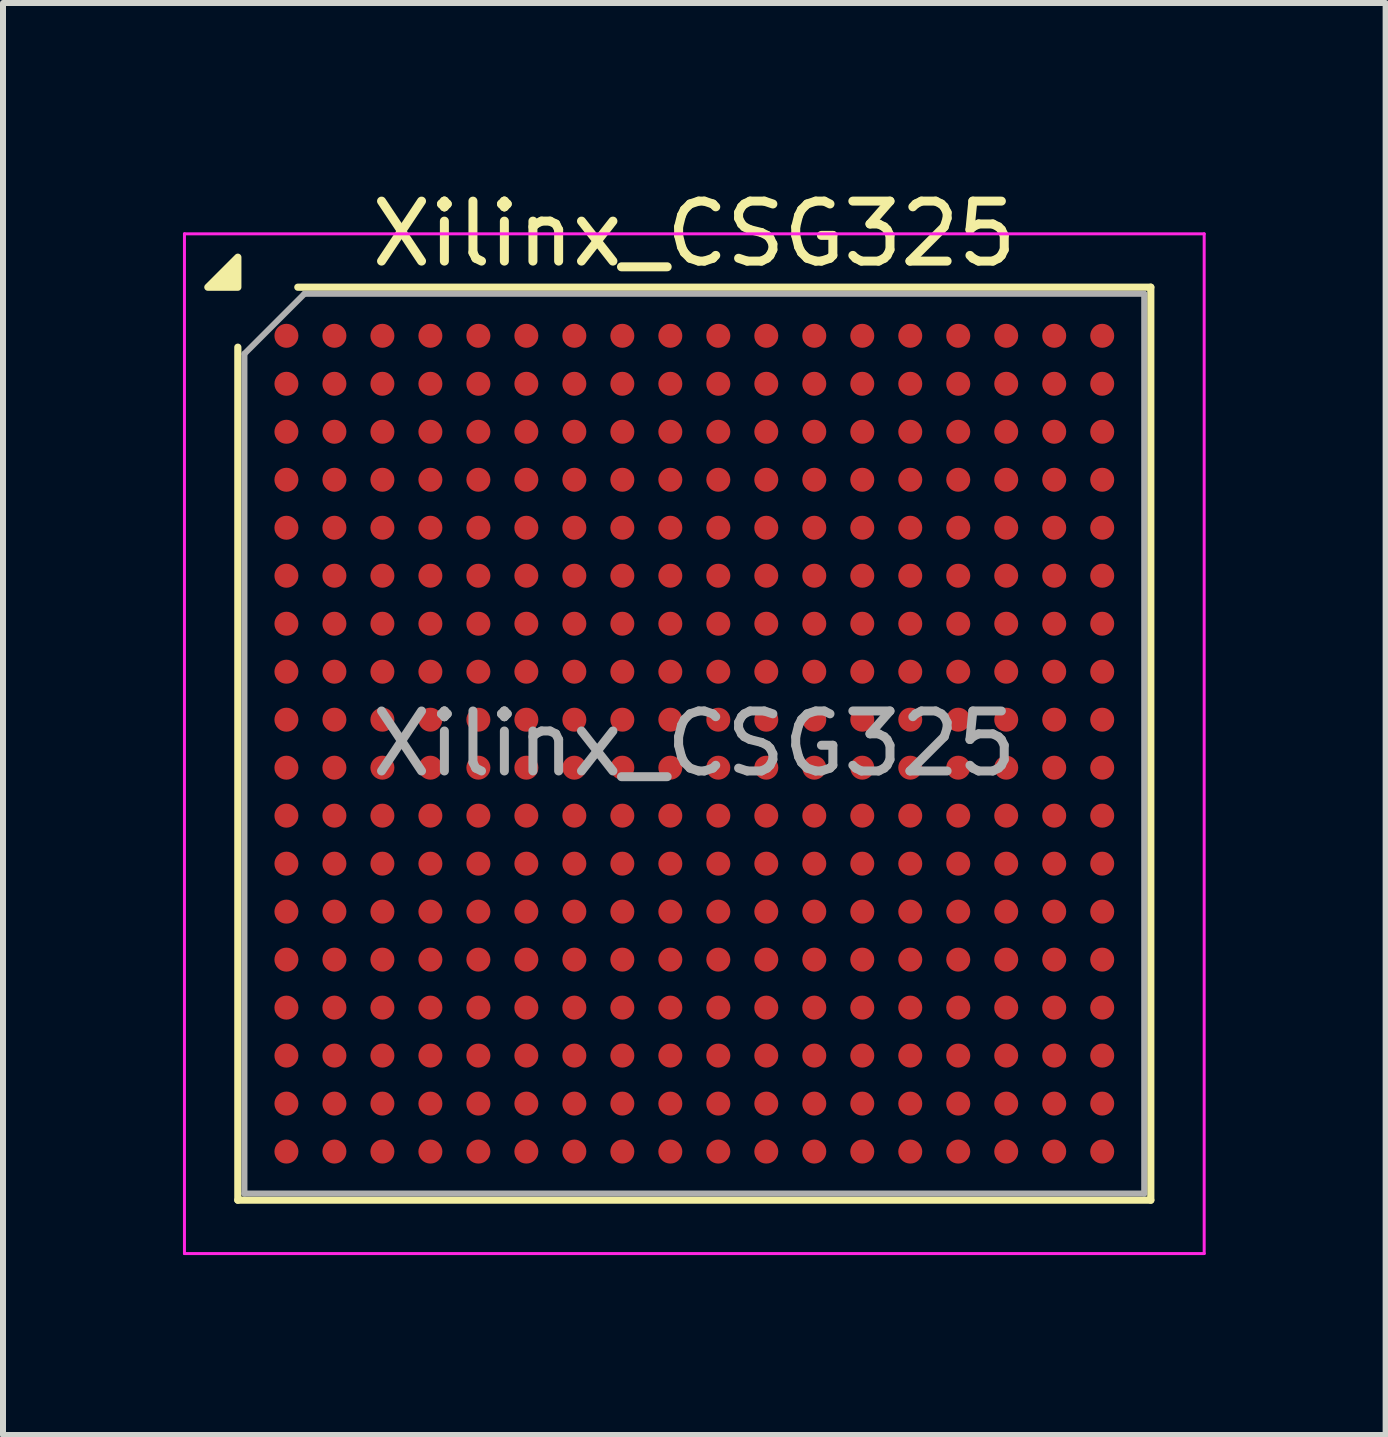
<source format=kicad_pcb>
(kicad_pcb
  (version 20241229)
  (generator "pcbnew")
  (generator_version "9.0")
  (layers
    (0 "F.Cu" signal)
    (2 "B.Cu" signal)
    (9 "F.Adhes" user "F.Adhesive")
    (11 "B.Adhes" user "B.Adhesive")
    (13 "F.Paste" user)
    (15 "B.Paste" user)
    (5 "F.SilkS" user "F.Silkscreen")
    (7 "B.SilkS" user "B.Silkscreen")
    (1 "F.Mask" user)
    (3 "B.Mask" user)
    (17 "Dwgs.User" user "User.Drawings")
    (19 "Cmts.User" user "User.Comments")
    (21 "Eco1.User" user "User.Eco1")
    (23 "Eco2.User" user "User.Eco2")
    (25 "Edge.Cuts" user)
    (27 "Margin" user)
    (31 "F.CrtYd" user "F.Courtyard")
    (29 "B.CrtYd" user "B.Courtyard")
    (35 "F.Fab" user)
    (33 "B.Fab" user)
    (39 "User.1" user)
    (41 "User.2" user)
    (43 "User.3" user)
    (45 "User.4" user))
  (footprint "Xilinx_CSG325"
    (layer "F.Cu")
    (at 8.525 9.348)
    (property "Reference" "Xilinx_CSG325" (at 0 -8.5 0) (layer "F.SilkS") (effects (font (size 1 1) (thickness 0.15))))
    (attr smd)
    (fp_line (start -7.61 7.61) (end -7.61 -6.61) (stroke (width 0.12) (type solid)) (layer "F.SilkS"))
    (fp_line (start -6.61 -7.61) (end 7.61 -7.61) (stroke (width 0.12) (type solid)) (layer "F.SilkS"))
    (fp_line (start 7.61 -7.61) (end 7.61 7.61) (stroke (width 0.12) (type solid)) (layer "F.SilkS"))
    (fp_line (start 7.61 7.61) (end -7.61 7.61) (stroke (width 0.12) (type solid)) (layer "F.SilkS"))
    (fp_poly (pts (xy -7.61 -7.61) (xy -8.11 -7.61) (xy -7.61 -8.11) (xy -7.61 -7.61)) (stroke (width 0.12) (type solid)) (fill yes) (layer "F.SilkS"))
    (fp_line (start -8.5 -8.5) (end -8.5 8.5) (stroke (width 0.05) (type solid)) (layer "F.CrtYd"))
    (fp_line (start -8.5 8.5) (end 8.5 8.5) (stroke (width 0.05) (type solid)) (layer "F.CrtYd"))
    (fp_line (start 8.5 -8.5) (end -8.5 -8.5) (stroke (width 0.05) (type solid)) (layer "F.CrtYd"))
    (fp_line (start 8.5 8.5) (end 8.5 -8.5) (stroke (width 0.05) (type solid)) (layer "F.CrtYd"))
    (fp_line (start -7.5 -6.5) (end -6.5 -7.5) (stroke (width 0.1) (type solid)) (layer "F.Fab"))
    (fp_line (start -7.5 7.5) (end -7.5 -6.5) (stroke (width 0.1) (type solid)) (layer "F.Fab"))
    (fp_line (start -6.5 -7.5) (end 7.5 -7.5) (stroke (width 0.1) (type solid)) (layer "F.Fab"))
    (fp_line (start 7.5 -7.5) (end 7.5 7.5) (stroke (width 0.1) (type solid)) (layer "F.Fab"))
    (fp_line (start 7.5 7.5) (end -7.5 7.5) (stroke (width 0.1) (type solid)) (layer "F.Fab"))
    (fp_text user "${REFERENCE}" (at 0 0 0) (layer "F.Fab") (effects (font (size 1 1) (thickness 0.15))))
    (pad "A1" smd circle (at -6.8 -6.8) (size 0.4 0.4) (property pad_prop_bga) (layers "F.Cu" "F.Mask" "F.Paste"))
    (pad "A2" smd circle (at -6 -6.8) (size 0.4 0.4) (property pad_prop_bga) (layers "F.Cu" "F.Mask" "F.Paste"))
    (pad "A3" smd circle (at -5.2 -6.8) (size 0.4 0.4) (property pad_prop_bga) (layers "F.Cu" "F.Mask" "F.Paste"))
    (pad "A4" smd circle (at -4.4 -6.8) (size 0.4 0.4) (property pad_prop_bga) (layers "F.Cu" "F.Mask" "F.Paste"))
    (pad "A5" smd circle (at -3.6 -6.8) (size 0.4 0.4) (property pad_prop_bga) (layers "F.Cu" "F.Mask" "F.Paste"))
    (pad "A6" smd circle (at -2.8 -6.8) (size 0.4 0.4) (property pad_prop_bga) (layers "F.Cu" "F.Mask" "F.Paste"))
    (pad "A7" smd circle (at -2 -6.8) (size 0.4 0.4) (property pad_prop_bga) (layers "F.Cu" "F.Mask" "F.Paste"))
    (pad "A8" smd circle (at -1.2 -6.8) (size 0.4 0.4) (property pad_prop_bga) (layers "F.Cu" "F.Mask" "F.Paste"))
    (pad "A9" smd circle (at -0.4 -6.8) (size 0.4 0.4) (property pad_prop_bga) (layers "F.Cu" "F.Mask" "F.Paste"))
    (pad "A10" smd circle (at 0.4 -6.8) (size 0.4 0.4) (property pad_prop_bga) (layers "F.Cu" "F.Mask" "F.Paste"))
    (pad "A11" smd circle (at 1.2 -6.8) (size 0.4 0.4) (property pad_prop_bga) (layers "F.Cu" "F.Mask" "F.Paste"))
    (pad "A12" smd circle (at 2 -6.8) (size 0.4 0.4) (property pad_prop_bga) (layers "F.Cu" "F.Mask" "F.Paste"))
    (pad "A13" smd circle (at 2.8 -6.8) (size 0.4 0.4) (property pad_prop_bga) (layers "F.Cu" "F.Mask" "F.Paste"))
    (pad "A14" smd circle (at 3.6 -6.8) (size 0.4 0.4) (property pad_prop_bga) (layers "F.Cu" "F.Mask" "F.Paste"))
    (pad "A15" smd circle (at 4.4 -6.8) (size 0.4 0.4) (property pad_prop_bga) (layers "F.Cu" "F.Mask" "F.Paste"))
    (pad "A16" smd circle (at 5.2 -6.8) (size 0.4 0.4) (property pad_prop_bga) (layers "F.Cu" "F.Mask" "F.Paste"))
    (pad "A17" smd circle (at 6 -6.8) (size 0.4 0.4) (property pad_prop_bga) (layers "F.Cu" "F.Mask" "F.Paste"))
    (pad "A18" smd circle (at 6.8 -6.8) (size 0.4 0.4) (property pad_prop_bga) (layers "F.Cu" "F.Mask" "F.Paste"))
    (pad "B1" smd circle (at -6.8 -6) (size 0.4 0.4) (property pad_prop_bga) (layers "F.Cu" "F.Mask" "F.Paste"))
    (pad "B2" smd circle (at -6 -6) (size 0.4 0.4) (property pad_prop_bga) (layers "F.Cu" "F.Mask" "F.Paste"))
    (pad "B3" smd circle (at -5.2 -6) (size 0.4 0.4) (property pad_prop_bga) (layers "F.Cu" "F.Mask" "F.Paste"))
    (pad "B4" smd circle (at -4.4 -6) (size 0.4 0.4) (property pad_prop_bga) (layers "F.Cu" "F.Mask" "F.Paste"))
    (pad "B5" smd circle (at -3.6 -6) (size 0.4 0.4) (property pad_prop_bga) (layers "F.Cu" "F.Mask" "F.Paste"))
    (pad "B6" smd circle (at -2.8 -6) (size 0.4 0.4) (property pad_prop_bga) (layers "F.Cu" "F.Mask" "F.Paste"))
    (pad "B7" smd circle (at -2 -6) (size 0.4 0.4) (property pad_prop_bga) (layers "F.Cu" "F.Mask" "F.Paste"))
    (pad "B8" smd circle (at -1.2 -6) (size 0.4 0.4) (property pad_prop_bga) (layers "F.Cu" "F.Mask" "F.Paste"))
    (pad "B9" smd circle (at -0.4 -6) (size 0.4 0.4) (property pad_prop_bga) (layers "F.Cu" "F.Mask" "F.Paste"))
    (pad "B10" smd circle (at 0.4 -6) (size 0.4 0.4) (property pad_prop_bga) (layers "F.Cu" "F.Mask" "F.Paste"))
    (pad "B11" smd circle (at 1.2 -6) (size 0.4 0.4) (property pad_prop_bga) (layers "F.Cu" "F.Mask" "F.Paste"))
    (pad "B12" smd circle (at 2 -6) (size 0.4 0.4) (property pad_prop_bga) (layers "F.Cu" "F.Mask" "F.Paste"))
    (pad "B13" smd circle (at 2.8 -6) (size 0.4 0.4) (property pad_prop_bga) (layers "F.Cu" "F.Mask" "F.Paste"))
    (pad "B14" smd circle (at 3.6 -6) (size 0.4 0.4) (property pad_prop_bga) (layers "F.Cu" "F.Mask" "F.Paste"))
    (pad "B15" smd circle (at 4.4 -6) (size 0.4 0.4) (property pad_prop_bga) (layers "F.Cu" "F.Mask" "F.Paste"))
    (pad "B16" smd circle (at 5.2 -6) (size 0.4 0.4) (property pad_prop_bga) (layers "F.Cu" "F.Mask" "F.Paste"))
    (pad "B17" smd circle (at 6 -6) (size 0.4 0.4) (property pad_prop_bga) (layers "F.Cu" "F.Mask" "F.Paste"))
    (pad "B18" smd circle (at 6.8 -6) (size 0.4 0.4) (property pad_prop_bga) (layers "F.Cu" "F.Mask" "F.Paste"))
    (pad "C1" smd circle (at -6.8 -5.2) (size 0.4 0.4) (property pad_prop_bga) (layers "F.Cu" "F.Mask" "F.Paste"))
    (pad "C2" smd circle (at -6 -5.2) (size 0.4 0.4) (property pad_prop_bga) (layers "F.Cu" "F.Mask" "F.Paste"))
    (pad "C3" smd circle (at -5.2 -5.2) (size 0.4 0.4) (property pad_prop_bga) (layers "F.Cu" "F.Mask" "F.Paste"))
    (pad "C4" smd circle (at -4.4 -5.2) (size 0.4 0.4) (property pad_prop_bga) (layers "F.Cu" "F.Mask" "F.Paste"))
    (pad "C5" smd circle (at -3.6 -5.2) (size 0.4 0.4) (property pad_prop_bga) (layers "F.Cu" "F.Mask" "F.Paste"))
    (pad "C6" smd circle (at -2.8 -5.2) (size 0.4 0.4) (property pad_prop_bga) (layers "F.Cu" "F.Mask" "F.Paste"))
    (pad "C7" smd circle (at -2 -5.2) (size 0.4 0.4) (property pad_prop_bga) (layers "F.Cu" "F.Mask" "F.Paste"))
    (pad "C8" smd circle (at -1.2 -5.2) (size 0.4 0.4) (property pad_prop_bga) (layers "F.Cu" "F.Mask" "F.Paste"))
    (pad "C9" smd circle (at -0.4 -5.2) (size 0.4 0.4) (property pad_prop_bga) (layers "F.Cu" "F.Mask" "F.Paste"))
    (pad "C10" smd circle (at 0.4 -5.2) (size 0.4 0.4) (property pad_prop_bga) (layers "F.Cu" "F.Mask" "F.Paste"))
    (pad "C11" smd circle (at 1.2 -5.2) (size 0.4 0.4) (property pad_prop_bga) (layers "F.Cu" "F.Mask" "F.Paste"))
    (pad "C12" smd circle (at 2 -5.2) (size 0.4 0.4) (property pad_prop_bga) (layers "F.Cu" "F.Mask" "F.Paste"))
    (pad "C13" smd circle (at 2.8 -5.2) (size 0.4 0.4) (property pad_prop_bga) (layers "F.Cu" "F.Mask" "F.Paste"))
    (pad "C14" smd circle (at 3.6 -5.2) (size 0.4 0.4) (property pad_prop_bga) (layers "F.Cu" "F.Mask" "F.Paste"))
    (pad "C15" smd circle (at 4.4 -5.2) (size 0.4 0.4) (property pad_prop_bga) (layers "F.Cu" "F.Mask" "F.Paste"))
    (pad "C16" smd circle (at 5.2 -5.2) (size 0.4 0.4) (property pad_prop_bga) (layers "F.Cu" "F.Mask" "F.Paste"))
    (pad "C17" smd circle (at 6 -5.2) (size 0.4 0.4) (property pad_prop_bga) (layers "F.Cu" "F.Mask" "F.Paste"))
    (pad "C18" smd circle (at 6.8 -5.2) (size 0.4 0.4) (property pad_prop_bga) (layers "F.Cu" "F.Mask" "F.Paste"))
    (pad "D1" smd circle (at -6.8 -4.4) (size 0.4 0.4) (property pad_prop_bga) (layers "F.Cu" "F.Mask" "F.Paste"))
    (pad "D2" smd circle (at -6 -4.4) (size 0.4 0.4) (property pad_prop_bga) (layers "F.Cu" "F.Mask" "F.Paste"))
    (pad "D3" smd circle (at -5.2 -4.4) (size 0.4 0.4) (property pad_prop_bga) (layers "F.Cu" "F.Mask" "F.Paste"))
    (pad "D4" smd circle (at -4.4 -4.4) (size 0.4 0.4) (property pad_prop_bga) (layers "F.Cu" "F.Mask" "F.Paste"))
    (pad "D5" smd circle (at -3.6 -4.4) (size 0.4 0.4) (property pad_prop_bga) (layers "F.Cu" "F.Mask" "F.Paste"))
    (pad "D6" smd circle (at -2.8 -4.4) (size 0.4 0.4) (property pad_prop_bga) (layers "F.Cu" "F.Mask" "F.Paste"))
    (pad "D7" smd circle (at -2 -4.4) (size 0.4 0.4) (property pad_prop_bga) (layers "F.Cu" "F.Mask" "F.Paste"))
    (pad "D8" smd circle (at -1.2 -4.4) (size 0.4 0.4) (property pad_prop_bga) (layers "F.Cu" "F.Mask" "F.Paste"))
    (pad "D9" smd circle (at -0.4 -4.4) (size 0.4 0.4) (property pad_prop_bga) (layers "F.Cu" "F.Mask" "F.Paste"))
    (pad "D10" smd circle (at 0.4 -4.4) (size 0.4 0.4) (property pad_prop_bga) (layers "F.Cu" "F.Mask" "F.Paste"))
    (pad "D11" smd circle (at 1.2 -4.4) (size 0.4 0.4) (property pad_prop_bga) (layers "F.Cu" "F.Mask" "F.Paste"))
    (pad "D12" smd circle (at 2 -4.4) (size 0.4 0.4) (property pad_prop_bga) (layers "F.Cu" "F.Mask" "F.Paste"))
    (pad "D13" smd circle (at 2.8 -4.4) (size 0.4 0.4) (property pad_prop_bga) (layers "F.Cu" "F.Mask" "F.Paste"))
    (pad "D14" smd circle (at 3.6 -4.4) (size 0.4 0.4) (property pad_prop_bga) (layers "F.Cu" "F.Mask" "F.Paste"))
    (pad "D15" smd circle (at 4.4 -4.4) (size 0.4 0.4) (property pad_prop_bga) (layers "F.Cu" "F.Mask" "F.Paste"))
    (pad "D16" smd circle (at 5.2 -4.4) (size 0.4 0.4) (property pad_prop_bga) (layers "F.Cu" "F.Mask" "F.Paste"))
    (pad "D17" smd circle (at 6 -4.4) (size 0.4 0.4) (property pad_prop_bga) (layers "F.Cu" "F.Mask" "F.Paste"))
    (pad "D18" smd circle (at 6.8 -4.4) (size 0.4 0.4) (property pad_prop_bga) (layers "F.Cu" "F.Mask" "F.Paste"))
    (pad "E1" smd circle (at -6.8 -3.6) (size 0.4 0.4) (property pad_prop_bga) (layers "F.Cu" "F.Mask" "F.Paste"))
    (pad "E2" smd circle (at -6 -3.6) (size 0.4 0.4) (property pad_prop_bga) (layers "F.Cu" "F.Mask" "F.Paste"))
    (pad "E3" smd circle (at -5.2 -3.6) (size 0.4 0.4) (property pad_prop_bga) (layers "F.Cu" "F.Mask" "F.Paste"))
    (pad "E4" smd circle (at -4.4 -3.6) (size 0.4 0.4) (property pad_prop_bga) (layers "F.Cu" "F.Mask" "F.Paste"))
    (pad "E5" smd circle (at -3.6 -3.6) (size 0.4 0.4) (property pad_prop_bga) (layers "F.Cu" "F.Mask" "F.Paste"))
    (pad "E6" smd circle (at -2.8 -3.6) (size 0.4 0.4) (property pad_prop_bga) (layers "F.Cu" "F.Mask" "F.Paste"))
    (pad "E7" smd circle (at -2 -3.6) (size 0.4 0.4) (property pad_prop_bga) (layers "F.Cu" "F.Mask" "F.Paste"))
    (pad "E8" smd circle (at -1.2 -3.6) (size 0.4 0.4) (property pad_prop_bga) (layers "F.Cu" "F.Mask" "F.Paste"))
    (pad "E9" smd circle (at -0.4 -3.6) (size 0.4 0.4) (property pad_prop_bga) (layers "F.Cu" "F.Mask" "F.Paste"))
    (pad "E10" smd circle (at 0.4 -3.6) (size 0.4 0.4) (property pad_prop_bga) (layers "F.Cu" "F.Mask" "F.Paste"))
    (pad "E11" smd circle (at 1.2 -3.6) (size 0.4 0.4) (property pad_prop_bga) (layers "F.Cu" "F.Mask" "F.Paste"))
    (pad "E12" smd circle (at 2 -3.6) (size 0.4 0.4) (property pad_prop_bga) (layers "F.Cu" "F.Mask" "F.Paste"))
    (pad "E13" smd circle (at 2.8 -3.6) (size 0.4 0.4) (property pad_prop_bga) (layers "F.Cu" "F.Mask" "F.Paste"))
    (pad "E14" smd circle (at 3.6 -3.6) (size 0.4 0.4) (property pad_prop_bga) (layers "F.Cu" "F.Mask" "F.Paste"))
    (pad "E15" smd circle (at 4.4 -3.6) (size 0.4 0.4) (property pad_prop_bga) (layers "F.Cu" "F.Mask" "F.Paste"))
    (pad "E16" smd circle (at 5.2 -3.6) (size 0.4 0.4) (property pad_prop_bga) (layers "F.Cu" "F.Mask" "F.Paste"))
    (pad "E17" smd circle (at 6 -3.6) (size 0.4 0.4) (property pad_prop_bga) (layers "F.Cu" "F.Mask" "F.Paste"))
    (pad "E18" smd circle (at 6.8 -3.6) (size 0.4 0.4) (property pad_prop_bga) (layers "F.Cu" "F.Mask" "F.Paste"))
    (pad "F1" smd circle (at -6.8 -2.8) (size 0.4 0.4) (property pad_prop_bga) (layers "F.Cu" "F.Mask" "F.Paste"))
    (pad "F2" smd circle (at -6 -2.8) (size 0.4 0.4) (property pad_prop_bga) (layers "F.Cu" "F.Mask" "F.Paste"))
    (pad "F3" smd circle (at -5.2 -2.8) (size 0.4 0.4) (property pad_prop_bga) (layers "F.Cu" "F.Mask" "F.Paste"))
    (pad "F4" smd circle (at -4.4 -2.8) (size 0.4 0.4) (property pad_prop_bga) (layers "F.Cu" "F.Mask" "F.Paste"))
    (pad "F5" smd circle (at -3.6 -2.8) (size 0.4 0.4) (property pad_prop_bga) (layers "F.Cu" "F.Mask" "F.Paste"))
    (pad "F6" smd circle (at -2.8 -2.8) (size 0.4 0.4) (property pad_prop_bga) (layers "F.Cu" "F.Mask" "F.Paste"))
    (pad "F7" smd circle (at -2 -2.8) (size 0.4 0.4) (property pad_prop_bga) (layers "F.Cu" "F.Mask" "F.Paste"))
    (pad "F8" smd circle (at -1.2 -2.8) (size 0.4 0.4) (property pad_prop_bga) (layers "F.Cu" "F.Mask" "F.Paste"))
    (pad "F9" smd circle (at -0.4 -2.8) (size 0.4 0.4) (property pad_prop_bga) (layers "F.Cu" "F.Mask" "F.Paste"))
    (pad "F10" smd circle (at 0.4 -2.8) (size 0.4 0.4) (property pad_prop_bga) (layers "F.Cu" "F.Mask" "F.Paste"))
    (pad "F11" smd circle (at 1.2 -2.8) (size 0.4 0.4) (property pad_prop_bga) (layers "F.Cu" "F.Mask" "F.Paste"))
    (pad "F12" smd circle (at 2 -2.8) (size 0.4 0.4) (property pad_prop_bga) (layers "F.Cu" "F.Mask" "F.Paste"))
    (pad "F13" smd circle (at 2.8 -2.8) (size 0.4 0.4) (property pad_prop_bga) (layers "F.Cu" "F.Mask" "F.Paste"))
    (pad "F14" smd circle (at 3.6 -2.8) (size 0.4 0.4) (property pad_prop_bga) (layers "F.Cu" "F.Mask" "F.Paste"))
    (pad "F15" smd circle (at 4.4 -2.8) (size 0.4 0.4) (property pad_prop_bga) (layers "F.Cu" "F.Mask" "F.Paste"))
    (pad "F16" smd circle (at 5.2 -2.8) (size 0.4 0.4) (property pad_prop_bga) (layers "F.Cu" "F.Mask" "F.Paste"))
    (pad "F17" smd circle (at 6 -2.8) (size 0.4 0.4) (property pad_prop_bga) (layers "F.Cu" "F.Mask" "F.Paste"))
    (pad "F18" smd circle (at 6.8 -2.8) (size 0.4 0.4) (property pad_prop_bga) (layers "F.Cu" "F.Mask" "F.Paste"))
    (pad "G1" smd circle (at -6.8 -2) (size 0.4 0.4) (property pad_prop_bga) (layers "F.Cu" "F.Mask" "F.Paste"))
    (pad "G2" smd circle (at -6 -2) (size 0.4 0.4) (property pad_prop_bga) (layers "F.Cu" "F.Mask" "F.Paste"))
    (pad "G3" smd circle (at -5.2 -2) (size 0.4 0.4) (property pad_prop_bga) (layers "F.Cu" "F.Mask" "F.Paste"))
    (pad "G4" smd circle (at -4.4 -2) (size 0.4 0.4) (property pad_prop_bga) (layers "F.Cu" "F.Mask" "F.Paste"))
    (pad "G5" smd circle (at -3.6 -2) (size 0.4 0.4) (property pad_prop_bga) (layers "F.Cu" "F.Mask" "F.Paste"))
    (pad "G6" smd circle (at -2.8 -2) (size 0.4 0.4) (property pad_prop_bga) (layers "F.Cu" "F.Mask" "F.Paste"))
    (pad "G7" smd circle (at -2 -2) (size 0.4 0.4) (property pad_prop_bga) (layers "F.Cu" "F.Mask" "F.Paste"))
    (pad "G8" smd circle (at -1.2 -2) (size 0.4 0.4) (property pad_prop_bga) (layers "F.Cu" "F.Mask" "F.Paste"))
    (pad "G9" smd circle (at -0.4 -2) (size 0.4 0.4) (property pad_prop_bga) (layers "F.Cu" "F.Mask" "F.Paste"))
    (pad "G10" smd circle (at 0.4 -2) (size 0.4 0.4) (property pad_prop_bga) (layers "F.Cu" "F.Mask" "F.Paste"))
    (pad "G11" smd circle (at 1.2 -2) (size 0.4 0.4) (property pad_prop_bga) (layers "F.Cu" "F.Mask" "F.Paste"))
    (pad "G12" smd circle (at 2 -2) (size 0.4 0.4) (property pad_prop_bga) (layers "F.Cu" "F.Mask" "F.Paste"))
    (pad "G13" smd circle (at 2.8 -2) (size 0.4 0.4) (property pad_prop_bga) (layers "F.Cu" "F.Mask" "F.Paste"))
    (pad "G14" smd circle (at 3.6 -2) (size 0.4 0.4) (property pad_prop_bga) (layers "F.Cu" "F.Mask" "F.Paste"))
    (pad "G15" smd circle (at 4.4 -2) (size 0.4 0.4) (property pad_prop_bga) (layers "F.Cu" "F.Mask" "F.Paste"))
    (pad "G16" smd circle (at 5.2 -2) (size 0.4 0.4) (property pad_prop_bga) (layers "F.Cu" "F.Mask" "F.Paste"))
    (pad "G17" smd circle (at 6 -2) (size 0.4 0.4) (property pad_prop_bga) (layers "F.Cu" "F.Mask" "F.Paste"))
    (pad "G18" smd circle (at 6.8 -2) (size 0.4 0.4) (property pad_prop_bga) (layers "F.Cu" "F.Mask" "F.Paste"))
    (pad "H1" smd circle (at -6.8 -1.2) (size 0.4 0.4) (property pad_prop_bga) (layers "F.Cu" "F.Mask" "F.Paste"))
    (pad "H2" smd circle (at -6 -1.2) (size 0.4 0.4) (property pad_prop_bga) (layers "F.Cu" "F.Mask" "F.Paste"))
    (pad "H3" smd circle (at -5.2 -1.2) (size 0.4 0.4) (property pad_prop_bga) (layers "F.Cu" "F.Mask" "F.Paste"))
    (pad "H4" smd circle (at -4.4 -1.2) (size 0.4 0.4) (property pad_prop_bga) (layers "F.Cu" "F.Mask" "F.Paste"))
    (pad "H5" smd circle (at -3.6 -1.2) (size 0.4 0.4) (property pad_prop_bga) (layers "F.Cu" "F.Mask" "F.Paste"))
    (pad "H6" smd circle (at -2.8 -1.2) (size 0.4 0.4) (property pad_prop_bga) (layers "F.Cu" "F.Mask" "F.Paste"))
    (pad "H7" smd circle (at -2 -1.2) (size 0.4 0.4) (property pad_prop_bga) (layers "F.Cu" "F.Mask" "F.Paste"))
    (pad "H8" smd circle (at -1.2 -1.2) (size 0.4 0.4) (property pad_prop_bga) (layers "F.Cu" "F.Mask" "F.Paste"))
    (pad "H9" smd circle (at -0.4 -1.2) (size 0.4 0.4) (property pad_prop_bga) (layers "F.Cu" "F.Mask" "F.Paste"))
    (pad "H10" smd circle (at 0.4 -1.2) (size 0.4 0.4) (property pad_prop_bga) (layers "F.Cu" "F.Mask" "F.Paste"))
    (pad "H11" smd circle (at 1.2 -1.2) (size 0.4 0.4) (property pad_prop_bga) (layers "F.Cu" "F.Mask" "F.Paste"))
    (pad "H12" smd circle (at 2 -1.2) (size 0.4 0.4) (property pad_prop_bga) (layers "F.Cu" "F.Mask" "F.Paste"))
    (pad "H13" smd circle (at 2.8 -1.2) (size 0.4 0.4) (property pad_prop_bga) (layers "F.Cu" "F.Mask" "F.Paste"))
    (pad "H14" smd circle (at 3.6 -1.2) (size 0.4 0.4) (property pad_prop_bga) (layers "F.Cu" "F.Mask" "F.Paste"))
    (pad "H15" smd circle (at 4.4 -1.2) (size 0.4 0.4) (property pad_prop_bga) (layers "F.Cu" "F.Mask" "F.Paste"))
    (pad "H16" smd circle (at 5.2 -1.2) (size 0.4 0.4) (property pad_prop_bga) (layers "F.Cu" "F.Mask" "F.Paste"))
    (pad "H17" smd circle (at 6 -1.2) (size 0.4 0.4) (property pad_prop_bga) (layers "F.Cu" "F.Mask" "F.Paste"))
    (pad "H18" smd circle (at 6.8 -1.2) (size 0.4 0.4) (property pad_prop_bga) (layers "F.Cu" "F.Mask" "F.Paste"))
    (pad "J1" smd circle (at -6.8 -0.4) (size 0.4 0.4) (property pad_prop_bga) (layers "F.Cu" "F.Mask" "F.Paste"))
    (pad "J2" smd circle (at -6 -0.4) (size 0.4 0.4) (property pad_prop_bga) (layers "F.Cu" "F.Mask" "F.Paste"))
    (pad "J3" smd circle (at -5.2 -0.4) (size 0.4 0.4) (property pad_prop_bga) (layers "F.Cu" "F.Mask" "F.Paste"))
    (pad "J4" smd circle (at -4.4 -0.4) (size 0.4 0.4) (property pad_prop_bga) (layers "F.Cu" "F.Mask" "F.Paste"))
    (pad "J5" smd circle (at -3.6 -0.4) (size 0.4 0.4) (property pad_prop_bga) (layers "F.Cu" "F.Mask" "F.Paste"))
    (pad "J6" smd circle (at -2.8 -0.4) (size 0.4 0.4) (property pad_prop_bga) (layers "F.Cu" "F.Mask" "F.Paste"))
    (pad "J7" smd circle (at -2 -0.4) (size 0.4 0.4) (property pad_prop_bga) (layers "F.Cu" "F.Mask" "F.Paste"))
    (pad "J8" smd circle (at -1.2 -0.4) (size 0.4 0.4) (property pad_prop_bga) (layers "F.Cu" "F.Mask" "F.Paste"))
    (pad "J9" smd circle (at -0.4 -0.4) (size 0.4 0.4) (property pad_prop_bga) (layers "F.Cu" "F.Mask" "F.Paste"))
    (pad "J10" smd circle (at 0.4 -0.4) (size 0.4 0.4) (property pad_prop_bga) (layers "F.Cu" "F.Mask" "F.Paste"))
    (pad "J11" smd circle (at 1.2 -0.4) (size 0.4 0.4) (property pad_prop_bga) (layers "F.Cu" "F.Mask" "F.Paste"))
    (pad "J12" smd circle (at 2 -0.4) (size 0.4 0.4) (property pad_prop_bga) (layers "F.Cu" "F.Mask" "F.Paste"))
    (pad "J13" smd circle (at 2.8 -0.4) (size 0.4 0.4) (property pad_prop_bga) (layers "F.Cu" "F.Mask" "F.Paste"))
    (pad "J14" smd circle (at 3.6 -0.4) (size 0.4 0.4) (property pad_prop_bga) (layers "F.Cu" "F.Mask" "F.Paste"))
    (pad "J15" smd circle (at 4.4 -0.4) (size 0.4 0.4) (property pad_prop_bga) (layers "F.Cu" "F.Mask" "F.Paste"))
    (pad "J16" smd circle (at 5.2 -0.4) (size 0.4 0.4) (property pad_prop_bga) (layers "F.Cu" "F.Mask" "F.Paste"))
    (pad "J17" smd circle (at 6 -0.4) (size 0.4 0.4) (property pad_prop_bga) (layers "F.Cu" "F.Mask" "F.Paste"))
    (pad "J18" smd circle (at 6.8 -0.4) (size 0.4 0.4) (property pad_prop_bga) (layers "F.Cu" "F.Mask" "F.Paste"))
    (pad "K1" smd circle (at -6.8 0.4) (size 0.4 0.4) (property pad_prop_bga) (layers "F.Cu" "F.Mask" "F.Paste"))
    (pad "K2" smd circle (at -6 0.4) (size 0.4 0.4) (property pad_prop_bga) (layers "F.Cu" "F.Mask" "F.Paste"))
    (pad "K3" smd circle (at -5.2 0.4) (size 0.4 0.4) (property pad_prop_bga) (layers "F.Cu" "F.Mask" "F.Paste"))
    (pad "K4" smd circle (at -4.4 0.4) (size 0.4 0.4) (property pad_prop_bga) (layers "F.Cu" "F.Mask" "F.Paste"))
    (pad "K5" smd circle (at -3.6 0.4) (size 0.4 0.4) (property pad_prop_bga) (layers "F.Cu" "F.Mask" "F.Paste"))
    (pad "K6" smd circle (at -2.8 0.4) (size 0.4 0.4) (property pad_prop_bga) (layers "F.Cu" "F.Mask" "F.Paste"))
    (pad "K7" smd circle (at -2 0.4) (size 0.4 0.4) (property pad_prop_bga) (layers "F.Cu" "F.Mask" "F.Paste"))
    (pad "K8" smd circle (at -1.2 0.4) (size 0.4 0.4) (property pad_prop_bga) (layers "F.Cu" "F.Mask" "F.Paste"))
    (pad "K9" smd circle (at -0.4 0.4) (size 0.4 0.4) (property pad_prop_bga) (layers "F.Cu" "F.Mask" "F.Paste"))
    (pad "K10" smd circle (at 0.4 0.4) (size 0.4 0.4) (property pad_prop_bga) (layers "F.Cu" "F.Mask" "F.Paste"))
    (pad "K11" smd circle (at 1.2 0.4) (size 0.4 0.4) (property pad_prop_bga) (layers "F.Cu" "F.Mask" "F.Paste"))
    (pad "K12" smd circle (at 2 0.4) (size 0.4 0.4) (property pad_prop_bga) (layers "F.Cu" "F.Mask" "F.Paste"))
    (pad "K13" smd circle (at 2.8 0.4) (size 0.4 0.4) (property pad_prop_bga) (layers "F.Cu" "F.Mask" "F.Paste"))
    (pad "K14" smd circle (at 3.6 0.4) (size 0.4 0.4) (property pad_prop_bga) (layers "F.Cu" "F.Mask" "F.Paste"))
    (pad "K15" smd circle (at 4.4 0.4) (size 0.4 0.4) (property pad_prop_bga) (layers "F.Cu" "F.Mask" "F.Paste"))
    (pad "K16" smd circle (at 5.2 0.4) (size 0.4 0.4) (property pad_prop_bga) (layers "F.Cu" "F.Mask" "F.Paste"))
    (pad "K17" smd circle (at 6 0.4) (size 0.4 0.4) (property pad_prop_bga) (layers "F.Cu" "F.Mask" "F.Paste"))
    (pad "K18" smd circle (at 6.8 0.4) (size 0.4 0.4) (property pad_prop_bga) (layers "F.Cu" "F.Mask" "F.Paste"))
    (pad "L1" smd circle (at -6.8 1.2) (size 0.4 0.4) (property pad_prop_bga) (layers "F.Cu" "F.Mask" "F.Paste"))
    (pad "L2" smd circle (at -6 1.2) (size 0.4 0.4) (property pad_prop_bga) (layers "F.Cu" "F.Mask" "F.Paste"))
    (pad "L3" smd circle (at -5.2 1.2) (size 0.4 0.4) (property pad_prop_bga) (layers "F.Cu" "F.Mask" "F.Paste"))
    (pad "L4" smd circle (at -4.4 1.2) (size 0.4 0.4) (property pad_prop_bga) (layers "F.Cu" "F.Mask" "F.Paste"))
    (pad "L5" smd circle (at -3.6 1.2) (size 0.4 0.4) (property pad_prop_bga) (layers "F.Cu" "F.Mask" "F.Paste"))
    (pad "L6" smd circle (at -2.8 1.2) (size 0.4 0.4) (property pad_prop_bga) (layers "F.Cu" "F.Mask" "F.Paste"))
    (pad "L7" smd circle (at -2 1.2) (size 0.4 0.4) (property pad_prop_bga) (layers "F.Cu" "F.Mask" "F.Paste"))
    (pad "L8" smd circle (at -1.2 1.2) (size 0.4 0.4) (property pad_prop_bga) (layers "F.Cu" "F.Mask" "F.Paste"))
    (pad "L9" smd circle (at -0.4 1.2) (size 0.4 0.4) (property pad_prop_bga) (layers "F.Cu" "F.Mask" "F.Paste"))
    (pad "L10" smd circle (at 0.4 1.2) (size 0.4 0.4) (property pad_prop_bga) (layers "F.Cu" "F.Mask" "F.Paste"))
    (pad "L11" smd circle (at 1.2 1.2) (size 0.4 0.4) (property pad_prop_bga) (layers "F.Cu" "F.Mask" "F.Paste"))
    (pad "L12" smd circle (at 2 1.2) (size 0.4 0.4) (property pad_prop_bga) (layers "F.Cu" "F.Mask" "F.Paste"))
    (pad "L13" smd circle (at 2.8 1.2) (size 0.4 0.4) (property pad_prop_bga) (layers "F.Cu" "F.Mask" "F.Paste"))
    (pad "L14" smd circle (at 3.6 1.2) (size 0.4 0.4) (property pad_prop_bga) (layers "F.Cu" "F.Mask" "F.Paste"))
    (pad "L15" smd circle (at 4.4 1.2) (size 0.4 0.4) (property pad_prop_bga) (layers "F.Cu" "F.Mask" "F.Paste"))
    (pad "L16" smd circle (at 5.2 1.2) (size 0.4 0.4) (property pad_prop_bga) (layers "F.Cu" "F.Mask" "F.Paste"))
    (pad "L17" smd circle (at 6 1.2) (size 0.4 0.4) (property pad_prop_bga) (layers "F.Cu" "F.Mask" "F.Paste"))
    (pad "L18" smd circle (at 6.8 1.2) (size 0.4 0.4) (property pad_prop_bga) (layers "F.Cu" "F.Mask" "F.Paste"))
    (pad "M1" smd circle (at -6.8 2) (size 0.4 0.4) (property pad_prop_bga) (layers "F.Cu" "F.Mask" "F.Paste"))
    (pad "M2" smd circle (at -6 2) (size 0.4 0.4) (property pad_prop_bga) (layers "F.Cu" "F.Mask" "F.Paste"))
    (pad "M3" smd circle (at -5.2 2) (size 0.4 0.4) (property pad_prop_bga) (layers "F.Cu" "F.Mask" "F.Paste"))
    (pad "M4" smd circle (at -4.4 2) (size 0.4 0.4) (property pad_prop_bga) (layers "F.Cu" "F.Mask" "F.Paste"))
    (pad "M5" smd circle (at -3.6 2) (size 0.4 0.4) (property pad_prop_bga) (layers "F.Cu" "F.Mask" "F.Paste"))
    (pad "M6" smd circle (at -2.8 2) (size 0.4 0.4) (property pad_prop_bga) (layers "F.Cu" "F.Mask" "F.Paste"))
    (pad "M7" smd circle (at -2 2) (size 0.4 0.4) (property pad_prop_bga) (layers "F.Cu" "F.Mask" "F.Paste"))
    (pad "M8" smd circle (at -1.2 2) (size 0.4 0.4) (property pad_prop_bga) (layers "F.Cu" "F.Mask" "F.Paste"))
    (pad "M9" smd circle (at -0.4 2) (size 0.4 0.4) (property pad_prop_bga) (layers "F.Cu" "F.Mask" "F.Paste"))
    (pad "M10" smd circle (at 0.4 2) (size 0.4 0.4) (property pad_prop_bga) (layers "F.Cu" "F.Mask" "F.Paste"))
    (pad "M11" smd circle (at 1.2 2) (size 0.4 0.4) (property pad_prop_bga) (layers "F.Cu" "F.Mask" "F.Paste"))
    (pad "M12" smd circle (at 2 2) (size 0.4 0.4) (property pad_prop_bga) (layers "F.Cu" "F.Mask" "F.Paste"))
    (pad "M13" smd circle (at 2.8 2) (size 0.4 0.4) (property pad_prop_bga) (layers "F.Cu" "F.Mask" "F.Paste"))
    (pad "M14" smd circle (at 3.6 2) (size 0.4 0.4) (property pad_prop_bga) (layers "F.Cu" "F.Mask" "F.Paste"))
    (pad "M15" smd circle (at 4.4 2) (size 0.4 0.4) (property pad_prop_bga) (layers "F.Cu" "F.Mask" "F.Paste"))
    (pad "M16" smd circle (at 5.2 2) (size 0.4 0.4) (property pad_prop_bga) (layers "F.Cu" "F.Mask" "F.Paste"))
    (pad "M17" smd circle (at 6 2) (size 0.4 0.4) (property pad_prop_bga) (layers "F.Cu" "F.Mask" "F.Paste"))
    (pad "M18" smd circle (at 6.8 2) (size 0.4 0.4) (property pad_prop_bga) (layers "F.Cu" "F.Mask" "F.Paste"))
    (pad "N1" smd circle (at -6.8 2.8) (size 0.4 0.4) (property pad_prop_bga) (layers "F.Cu" "F.Mask" "F.Paste"))
    (pad "N2" smd circle (at -6 2.8) (size 0.4 0.4) (property pad_prop_bga) (layers "F.Cu" "F.Mask" "F.Paste"))
    (pad "N3" smd circle (at -5.2 2.8) (size 0.4 0.4) (property pad_prop_bga) (layers "F.Cu" "F.Mask" "F.Paste"))
    (pad "N4" smd circle (at -4.4 2.8) (size 0.4 0.4) (property pad_prop_bga) (layers "F.Cu" "F.Mask" "F.Paste"))
    (pad "N5" smd circle (at -3.6 2.8) (size 0.4 0.4) (property pad_prop_bga) (layers "F.Cu" "F.Mask" "F.Paste"))
    (pad "N6" smd circle (at -2.8 2.8) (size 0.4 0.4) (property pad_prop_bga) (layers "F.Cu" "F.Mask" "F.Paste"))
    (pad "N7" smd circle (at -2 2.8) (size 0.4 0.4) (property pad_prop_bga) (layers "F.Cu" "F.Mask" "F.Paste"))
    (pad "N8" smd circle (at -1.2 2.8) (size 0.4 0.4) (property pad_prop_bga) (layers "F.Cu" "F.Mask" "F.Paste"))
    (pad "N9" smd circle (at -0.4 2.8) (size 0.4 0.4) (property pad_prop_bga) (layers "F.Cu" "F.Mask" "F.Paste"))
    (pad "N10" smd circle (at 0.4 2.8) (size 0.4 0.4) (property pad_prop_bga) (layers "F.Cu" "F.Mask" "F.Paste"))
    (pad "N11" smd circle (at 1.2 2.8) (size 0.4 0.4) (property pad_prop_bga) (layers "F.Cu" "F.Mask" "F.Paste"))
    (pad "N12" smd circle (at 2 2.8) (size 0.4 0.4) (property pad_prop_bga) (layers "F.Cu" "F.Mask" "F.Paste"))
    (pad "N13" smd circle (at 2.8 2.8) (size 0.4 0.4) (property pad_prop_bga) (layers "F.Cu" "F.Mask" "F.Paste"))
    (pad "N14" smd circle (at 3.6 2.8) (size 0.4 0.4) (property pad_prop_bga) (layers "F.Cu" "F.Mask" "F.Paste"))
    (pad "N15" smd circle (at 4.4 2.8) (size 0.4 0.4) (property pad_prop_bga) (layers "F.Cu" "F.Mask" "F.Paste"))
    (pad "N16" smd circle (at 5.2 2.8) (size 0.4 0.4) (property pad_prop_bga) (layers "F.Cu" "F.Mask" "F.Paste"))
    (pad "N17" smd circle (at 6 2.8) (size 0.4 0.4) (property pad_prop_bga) (layers "F.Cu" "F.Mask" "F.Paste"))
    (pad "N18" smd circle (at 6.8 2.8) (size 0.4 0.4) (property pad_prop_bga) (layers "F.Cu" "F.Mask" "F.Paste"))
    (pad "P1" smd circle (at -6.8 3.6) (size 0.4 0.4) (property pad_prop_bga) (layers "F.Cu" "F.Mask" "F.Paste"))
    (pad "P2" smd circle (at -6 3.6) (size 0.4 0.4) (property pad_prop_bga) (layers "F.Cu" "F.Mask" "F.Paste"))
    (pad "P3" smd circle (at -5.2 3.6) (size 0.4 0.4) (property pad_prop_bga) (layers "F.Cu" "F.Mask" "F.Paste"))
    (pad "P4" smd circle (at -4.4 3.6) (size 0.4 0.4) (property pad_prop_bga) (layers "F.Cu" "F.Mask" "F.Paste"))
    (pad "P5" smd circle (at -3.6 3.6) (size 0.4 0.4) (property pad_prop_bga) (layers "F.Cu" "F.Mask" "F.Paste"))
    (pad "P6" smd circle (at -2.8 3.6) (size 0.4 0.4) (property pad_prop_bga) (layers "F.Cu" "F.Mask" "F.Paste"))
    (pad "P7" smd circle (at -2 3.6) (size 0.4 0.4) (property pad_prop_bga) (layers "F.Cu" "F.Mask" "F.Paste"))
    (pad "P8" smd circle (at -1.2 3.6) (size 0.4 0.4) (property pad_prop_bga) (layers "F.Cu" "F.Mask" "F.Paste"))
    (pad "P9" smd circle (at -0.4 3.6) (size 0.4 0.4) (property pad_prop_bga) (layers "F.Cu" "F.Mask" "F.Paste"))
    (pad "P10" smd circle (at 0.4 3.6) (size 0.4 0.4) (property pad_prop_bga) (layers "F.Cu" "F.Mask" "F.Paste"))
    (pad "P11" smd circle (at 1.2 3.6) (size 0.4 0.4) (property pad_prop_bga) (layers "F.Cu" "F.Mask" "F.Paste"))
    (pad "P12" smd circle (at 2 3.6) (size 0.4 0.4) (property pad_prop_bga) (layers "F.Cu" "F.Mask" "F.Paste"))
    (pad "P13" smd circle (at 2.8 3.6) (size 0.4 0.4) (property pad_prop_bga) (layers "F.Cu" "F.Mask" "F.Paste"))
    (pad "P14" smd circle (at 3.6 3.6) (size 0.4 0.4) (property pad_prop_bga) (layers "F.Cu" "F.Mask" "F.Paste"))
    (pad "P15" smd circle (at 4.4 3.6) (size 0.4 0.4) (property pad_prop_bga) (layers "F.Cu" "F.Mask" "F.Paste"))
    (pad "P16" smd circle (at 5.2 3.6) (size 0.4 0.4) (property pad_prop_bga) (layers "F.Cu" "F.Mask" "F.Paste"))
    (pad "P17" smd circle (at 6 3.6) (size 0.4 0.4) (property pad_prop_bga) (layers "F.Cu" "F.Mask" "F.Paste"))
    (pad "P18" smd circle (at 6.8 3.6) (size 0.4 0.4) (property pad_prop_bga) (layers "F.Cu" "F.Mask" "F.Paste"))
    (pad "R1" smd circle (at -6.8 4.4) (size 0.4 0.4) (property pad_prop_bga) (layers "F.Cu" "F.Mask" "F.Paste"))
    (pad "R2" smd circle (at -6 4.4) (size 0.4 0.4) (property pad_prop_bga) (layers "F.Cu" "F.Mask" "F.Paste"))
    (pad "R3" smd circle (at -5.2 4.4) (size 0.4 0.4) (property pad_prop_bga) (layers "F.Cu" "F.Mask" "F.Paste"))
    (pad "R4" smd circle (at -4.4 4.4) (size 0.4 0.4) (property pad_prop_bga) (layers "F.Cu" "F.Mask" "F.Paste"))
    (pad "R5" smd circle (at -3.6 4.4) (size 0.4 0.4) (property pad_prop_bga) (layers "F.Cu" "F.Mask" "F.Paste"))
    (pad "R6" smd circle (at -2.8 4.4) (size 0.4 0.4) (property pad_prop_bga) (layers "F.Cu" "F.Mask" "F.Paste"))
    (pad "R7" smd circle (at -2 4.4) (size 0.4 0.4) (property pad_prop_bga) (layers "F.Cu" "F.Mask" "F.Paste"))
    (pad "R8" smd circle (at -1.2 4.4) (size 0.4 0.4) (property pad_prop_bga) (layers "F.Cu" "F.Mask" "F.Paste"))
    (pad "R9" smd circle (at -0.4 4.4) (size 0.4 0.4) (property pad_prop_bga) (layers "F.Cu" "F.Mask" "F.Paste"))
    (pad "R10" smd circle (at 0.4 4.4) (size 0.4 0.4) (property pad_prop_bga) (layers "F.Cu" "F.Mask" "F.Paste"))
    (pad "R11" smd circle (at 1.2 4.4) (size 0.4 0.4) (property pad_prop_bga) (layers "F.Cu" "F.Mask" "F.Paste"))
    (pad "R12" smd circle (at 2 4.4) (size 0.4 0.4) (property pad_prop_bga) (layers "F.Cu" "F.Mask" "F.Paste"))
    (pad "R13" smd circle (at 2.8 4.4) (size 0.4 0.4) (property pad_prop_bga) (layers "F.Cu" "F.Mask" "F.Paste"))
    (pad "R14" smd circle (at 3.6 4.4) (size 0.4 0.4) (property pad_prop_bga) (layers "F.Cu" "F.Mask" "F.Paste"))
    (pad "R15" smd circle (at 4.4 4.4) (size 0.4 0.4) (property pad_prop_bga) (layers "F.Cu" "F.Mask" "F.Paste"))
    (pad "R16" smd circle (at 5.2 4.4) (size 0.4 0.4) (property pad_prop_bga) (layers "F.Cu" "F.Mask" "F.Paste"))
    (pad "R17" smd circle (at 6 4.4) (size 0.4 0.4) (property pad_prop_bga) (layers "F.Cu" "F.Mask" "F.Paste"))
    (pad "R18" smd circle (at 6.8 4.4) (size 0.4 0.4) (property pad_prop_bga) (layers "F.Cu" "F.Mask" "F.Paste"))
    (pad "T1" smd circle (at -6.8 5.2) (size 0.4 0.4) (property pad_prop_bga) (layers "F.Cu" "F.Mask" "F.Paste"))
    (pad "T2" smd circle (at -6 5.2) (size 0.4 0.4) (property pad_prop_bga) (layers "F.Cu" "F.Mask" "F.Paste"))
    (pad "T3" smd circle (at -5.2 5.2) (size 0.4 0.4) (property pad_prop_bga) (layers "F.Cu" "F.Mask" "F.Paste"))
    (pad "T4" smd circle (at -4.4 5.2) (size 0.4 0.4) (property pad_prop_bga) (layers "F.Cu" "F.Mask" "F.Paste"))
    (pad "T5" smd circle (at -3.6 5.2) (size 0.4 0.4) (property pad_prop_bga) (layers "F.Cu" "F.Mask" "F.Paste"))
    (pad "T6" smd circle (at -2.8 5.2) (size 0.4 0.4) (property pad_prop_bga) (layers "F.Cu" "F.Mask" "F.Paste"))
    (pad "T7" smd circle (at -2 5.2) (size 0.4 0.4) (property pad_prop_bga) (layers "F.Cu" "F.Mask" "F.Paste"))
    (pad "T8" smd circle (at -1.2 5.2) (size 0.4 0.4) (property pad_prop_bga) (layers "F.Cu" "F.Mask" "F.Paste"))
    (pad "T9" smd circle (at -0.4 5.2) (size 0.4 0.4) (property pad_prop_bga) (layers "F.Cu" "F.Mask" "F.Paste"))
    (pad "T10" smd circle (at 0.4 5.2) (size 0.4 0.4) (property pad_prop_bga) (layers "F.Cu" "F.Mask" "F.Paste"))
    (pad "T11" smd circle (at 1.2 5.2) (size 0.4 0.4) (property pad_prop_bga) (layers "F.Cu" "F.Mask" "F.Paste"))
    (pad "T12" smd circle (at 2 5.2) (size 0.4 0.4) (property pad_prop_bga) (layers "F.Cu" "F.Mask" "F.Paste"))
    (pad "T13" smd circle (at 2.8 5.2) (size 0.4 0.4) (property pad_prop_bga) (layers "F.Cu" "F.Mask" "F.Paste"))
    (pad "T14" smd circle (at 3.6 5.2) (size 0.4 0.4) (property pad_prop_bga) (layers "F.Cu" "F.Mask" "F.Paste"))
    (pad "T15" smd circle (at 4.4 5.2) (size 0.4 0.4) (property pad_prop_bga) (layers "F.Cu" "F.Mask" "F.Paste"))
    (pad "T16" smd circle (at 5.2 5.2) (size 0.4 0.4) (property pad_prop_bga) (layers "F.Cu" "F.Mask" "F.Paste"))
    (pad "T17" smd circle (at 6 5.2) (size 0.4 0.4) (property pad_prop_bga) (layers "F.Cu" "F.Mask" "F.Paste"))
    (pad "T18" smd circle (at 6.8 5.2) (size 0.4 0.4) (property pad_prop_bga) (layers "F.Cu" "F.Mask" "F.Paste"))
    (pad "U1" smd circle (at -6.8 6) (size 0.4 0.4) (property pad_prop_bga) (layers "F.Cu" "F.Mask" "F.Paste"))
    (pad "U2" smd circle (at -6 6) (size 0.4 0.4) (property pad_prop_bga) (layers "F.Cu" "F.Mask" "F.Paste"))
    (pad "U3" smd circle (at -5.2 6) (size 0.4 0.4) (property pad_prop_bga) (layers "F.Cu" "F.Mask" "F.Paste"))
    (pad "U4" smd circle (at -4.4 6) (size 0.4 0.4) (property pad_prop_bga) (layers "F.Cu" "F.Mask" "F.Paste"))
    (pad "U5" smd circle (at -3.6 6) (size 0.4 0.4) (property pad_prop_bga) (layers "F.Cu" "F.Mask" "F.Paste"))
    (pad "U6" smd circle (at -2.8 6) (size 0.4 0.4) (property pad_prop_bga) (layers "F.Cu" "F.Mask" "F.Paste"))
    (pad "U7" smd circle (at -2 6) (size 0.4 0.4) (property pad_prop_bga) (layers "F.Cu" "F.Mask" "F.Paste"))
    (pad "U8" smd circle (at -1.2 6) (size 0.4 0.4) (property pad_prop_bga) (layers "F.Cu" "F.Mask" "F.Paste"))
    (pad "U9" smd circle (at -0.4 6) (size 0.4 0.4) (property pad_prop_bga) (layers "F.Cu" "F.Mask" "F.Paste"))
    (pad "U10" smd circle (at 0.4 6) (size 0.4 0.4) (property pad_prop_bga) (layers "F.Cu" "F.Mask" "F.Paste"))
    (pad "U11" smd circle (at 1.2 6) (size 0.4 0.4) (property pad_prop_bga) (layers "F.Cu" "F.Mask" "F.Paste"))
    (pad "U12" smd circle (at 2 6) (size 0.4 0.4) (property pad_prop_bga) (layers "F.Cu" "F.Mask" "F.Paste"))
    (pad "U13" smd circle (at 2.8 6) (size 0.4 0.4) (property pad_prop_bga) (layers "F.Cu" "F.Mask" "F.Paste"))
    (pad "U14" smd circle (at 3.6 6) (size 0.4 0.4) (property pad_prop_bga) (layers "F.Cu" "F.Mask" "F.Paste"))
    (pad "U15" smd circle (at 4.4 6) (size 0.4 0.4) (property pad_prop_bga) (layers "F.Cu" "F.Mask" "F.Paste"))
    (pad "U16" smd circle (at 5.2 6) (size 0.4 0.4) (property pad_prop_bga) (layers "F.Cu" "F.Mask" "F.Paste"))
    (pad "U17" smd circle (at 6 6) (size 0.4 0.4) (property pad_prop_bga) (layers "F.Cu" "F.Mask" "F.Paste"))
    (pad "U18" smd circle (at 6.8 6) (size 0.4 0.4) (property pad_prop_bga) (layers "F.Cu" "F.Mask" "F.Paste"))
    (pad "V1" smd circle (at -6.8 6.8) (size 0.4 0.4) (property pad_prop_bga) (layers "F.Cu" "F.Mask" "F.Paste"))
    (pad "V2" smd circle (at -6 6.8) (size 0.4 0.4) (property pad_prop_bga) (layers "F.Cu" "F.Mask" "F.Paste"))
    (pad "V3" smd circle (at -5.2 6.8) (size 0.4 0.4) (property pad_prop_bga) (layers "F.Cu" "F.Mask" "F.Paste"))
    (pad "V4" smd circle (at -4.4 6.8) (size 0.4 0.4) (property pad_prop_bga) (layers "F.Cu" "F.Mask" "F.Paste"))
    (pad "V5" smd circle (at -3.6 6.8) (size 0.4 0.4) (property pad_prop_bga) (layers "F.Cu" "F.Mask" "F.Paste"))
    (pad "V6" smd circle (at -2.8 6.8) (size 0.4 0.4) (property pad_prop_bga) (layers "F.Cu" "F.Mask" "F.Paste"))
    (pad "V7" smd circle (at -2 6.8) (size 0.4 0.4) (property pad_prop_bga) (layers "F.Cu" "F.Mask" "F.Paste"))
    (pad "V8" smd circle (at -1.2 6.8) (size 0.4 0.4) (property pad_prop_bga) (layers "F.Cu" "F.Mask" "F.Paste"))
    (pad "V9" smd circle (at -0.4 6.8) (size 0.4 0.4) (property pad_prop_bga) (layers "F.Cu" "F.Mask" "F.Paste"))
    (pad "V10" smd circle (at 0.4 6.8) (size 0.4 0.4) (property pad_prop_bga) (layers "F.Cu" "F.Mask" "F.Paste"))
    (pad "V11" smd circle (at 1.2 6.8) (size 0.4 0.4) (property pad_prop_bga) (layers "F.Cu" "F.Mask" "F.Paste"))
    (pad "V12" smd circle (at 2 6.8) (size 0.4 0.4) (property pad_prop_bga) (layers "F.Cu" "F.Mask" "F.Paste"))
    (pad "V13" smd circle (at 2.8 6.8) (size 0.4 0.4) (property pad_prop_bga) (layers "F.Cu" "F.Mask" "F.Paste"))
    (pad "V14" smd circle (at 3.6 6.8) (size 0.4 0.4) (property pad_prop_bga) (layers "F.Cu" "F.Mask" "F.Paste"))
    (pad "V15" smd circle (at 4.4 6.8) (size 0.4 0.4) (property pad_prop_bga) (layers "F.Cu" "F.Mask" "F.Paste"))
    (pad "V16" smd circle (at 5.2 6.8) (size 0.4 0.4) (property pad_prop_bga) (layers "F.Cu" "F.Mask" "F.Paste"))
    (pad "V17" smd circle (at 6 6.8) (size 0.4 0.4) (property pad_prop_bga) (layers "F.Cu" "F.Mask" "F.Paste"))
    (pad "V18" smd circle (at 6.8 6.8) (size 0.4 0.4) (property pad_prop_bga) (layers "F.Cu" "F.Mask" "F.Paste")))
  (gr_rect
    (start -3 -3)
    (end 20.05 20.873)
    (stroke (width 0.1) (type default))
    (fill no)
    (layer "Edge.Cuts")))
</source>
